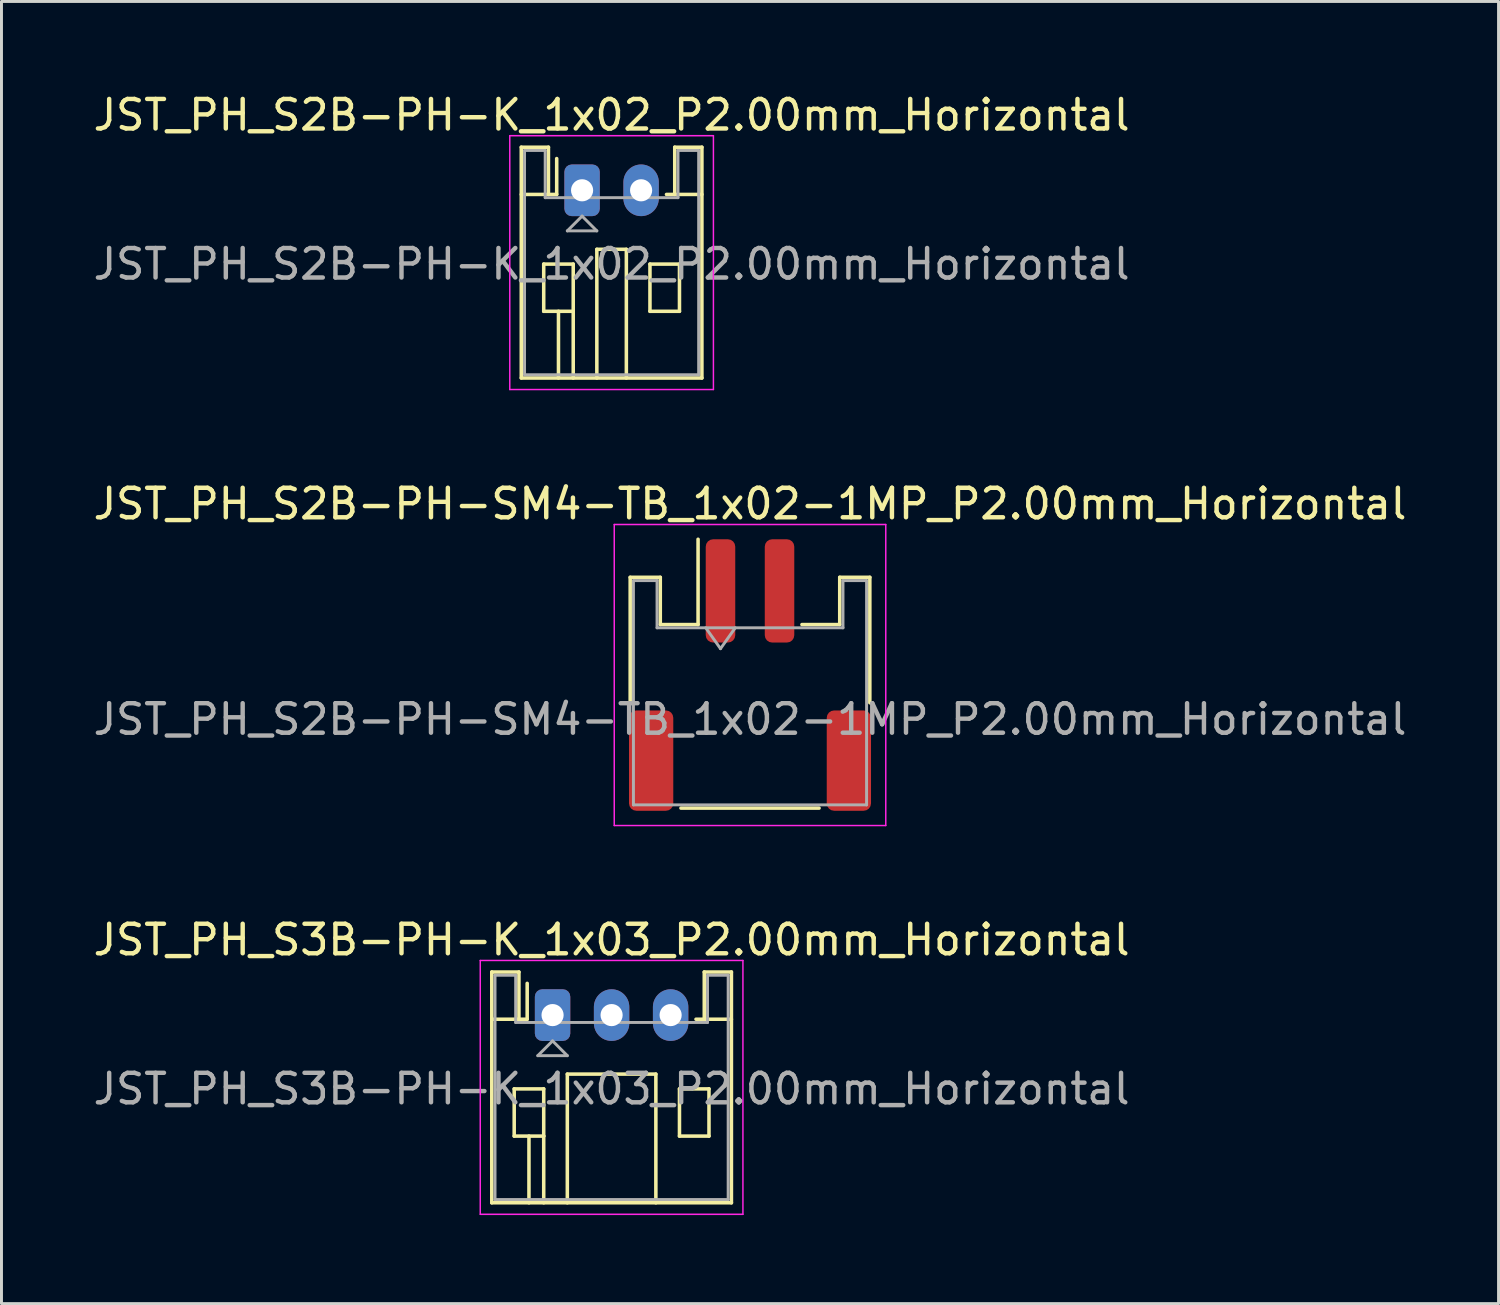
<source format=kicad_pcb>
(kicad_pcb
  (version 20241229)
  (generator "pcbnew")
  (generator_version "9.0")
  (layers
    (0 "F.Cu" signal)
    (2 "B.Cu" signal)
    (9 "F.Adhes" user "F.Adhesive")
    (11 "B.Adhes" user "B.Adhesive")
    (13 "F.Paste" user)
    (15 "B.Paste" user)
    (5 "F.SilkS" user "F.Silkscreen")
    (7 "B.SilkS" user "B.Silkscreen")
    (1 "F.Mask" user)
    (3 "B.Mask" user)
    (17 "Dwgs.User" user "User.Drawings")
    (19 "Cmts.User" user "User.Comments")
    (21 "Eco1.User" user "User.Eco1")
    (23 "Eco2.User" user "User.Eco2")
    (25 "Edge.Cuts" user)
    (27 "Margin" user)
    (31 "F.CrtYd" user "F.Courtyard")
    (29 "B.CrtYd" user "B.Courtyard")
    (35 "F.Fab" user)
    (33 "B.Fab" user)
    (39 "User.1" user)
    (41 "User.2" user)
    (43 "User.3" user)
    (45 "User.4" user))
  (footprint "JST_PH_S2B-PH-K_1x02_P2.00mm_Horizontal"
    (layer "F.Cu")
    (at 16.673 3.398)
    (property "Reference" "JST_PH_S2B-PH-K_1x02_P2.00mm_Horizontal" (at 1 -2.55 0) (layer "F.SilkS") (effects (font (size 1 1) (thickness 0.15))))
    (attr through_hole)
    (fp_line (start -2.06 -1.46) (end -2.06 6.36) (stroke (width 0.12) (type solid)) (layer "F.SilkS"))
    (fp_line (start -2.06 0.14) (end -1.14 0.14) (stroke (width 0.12) (type solid)) (layer "F.SilkS"))
    (fp_line (start -2.06 6.36) (end 4.06 6.36) (stroke (width 0.12) (type solid)) (layer "F.SilkS"))
    (fp_line (start -1.3 2.5) (end -1.3 4.1) (stroke (width 0.12) (type solid)) (layer "F.SilkS"))
    (fp_line (start -1.3 4.1) (end -0.3 4.1) (stroke (width 0.12) (type solid)) (layer "F.SilkS"))
    (fp_line (start -1.14 -1.46) (end -2.06 -1.46) (stroke (width 0.12) (type solid)) (layer "F.SilkS"))
    (fp_line (start -1.14 0.14) (end -1.14 -1.46) (stroke (width 0.12) (type solid)) (layer "F.SilkS"))
    (fp_line (start -0.86 0.14) (end -1.14 0.14) (stroke (width 0.12) (type solid)) (layer "F.SilkS"))
    (fp_line (start -0.86 0.14) (end -0.86 -1.075) (stroke (width 0.12) (type solid)) (layer "F.SilkS"))
    (fp_line (start -0.8 4.1) (end -0.8 6.36) (stroke (width 0.12) (type solid)) (layer "F.SilkS"))
    (fp_line (start -0.3 2.5) (end -1.3 2.5) (stroke (width 0.12) (type solid)) (layer "F.SilkS"))
    (fp_line (start -0.3 4.1) (end -0.3 2.5) (stroke (width 0.12) (type solid)) (layer "F.SilkS"))
    (fp_line (start -0.3 4.1) (end -0.3 6.36) (stroke (width 0.12) (type solid)) (layer "F.SilkS"))
    (fp_line (start 0.5 2) (end 1.5 2) (stroke (width 0.12) (type solid)) (layer "F.SilkS"))
    (fp_line (start 0.5 6.36) (end 0.5 2) (stroke (width 0.12) (type solid)) (layer "F.SilkS"))
    (fp_line (start 1.5 2) (end 1.5 6.36) (stroke (width 0.12) (type solid)) (layer "F.SilkS"))
    (fp_line (start 2.3 2.5) (end 3.3 2.5) (stroke (width 0.12) (type solid)) (layer "F.SilkS"))
    (fp_line (start 2.3 4.1) (end 2.3 2.5) (stroke (width 0.12) (type solid)) (layer "F.SilkS"))
    (fp_line (start 3.14 -1.46) (end 3.14 0.14) (stroke (width 0.12) (type solid)) (layer "F.SilkS"))
    (fp_line (start 3.14 0.14) (end 2.86 0.14) (stroke (width 0.12) (type solid)) (layer "F.SilkS"))
    (fp_line (start 3.3 2.5) (end 3.3 4.1) (stroke (width 0.12) (type solid)) (layer "F.SilkS"))
    (fp_line (start 3.3 4.1) (end 2.3 4.1) (stroke (width 0.12) (type solid)) (layer "F.SilkS"))
    (fp_line (start 4.06 -1.46) (end 3.14 -1.46) (stroke (width 0.12) (type solid)) (layer "F.SilkS"))
    (fp_line (start 4.06 0.14) (end 3.14 0.14) (stroke (width 0.12) (type solid)) (layer "F.SilkS"))
    (fp_line (start 4.06 6.36) (end 4.06 -1.46) (stroke (width 0.12) (type solid)) (layer "F.SilkS"))
    (fp_line (start -2.45 -1.85) (end -2.45 6.75) (stroke (width 0.05) (type solid)) (layer "F.CrtYd"))
    (fp_line (start -2.45 6.75) (end 4.45 6.75) (stroke (width 0.05) (type solid)) (layer "F.CrtYd"))
    (fp_line (start 4.45 -1.85) (end -2.45 -1.85) (stroke (width 0.05) (type solid)) (layer "F.CrtYd"))
    (fp_line (start 4.45 6.75) (end 4.45 -1.85) (stroke (width 0.05) (type solid)) (layer "F.CrtYd"))
    (fp_line (start -1.95 -1.35) (end -1.95 6.25) (stroke (width 0.1) (type solid)) (layer "F.Fab"))
    (fp_line (start -1.95 6.25) (end 3.95 6.25) (stroke (width 0.1) (type solid)) (layer "F.Fab"))
    (fp_line (start -1.25 -1.35) (end -1.95 -1.35) (stroke (width 0.1) (type solid)) (layer "F.Fab"))
    (fp_line (start -1.25 0.25) (end -1.25 -1.35) (stroke (width 0.1) (type solid)) (layer "F.Fab"))
    (fp_line (start -0.5 1.375) (end 0.5 1.375) (stroke (width 0.1) (type solid)) (layer "F.Fab"))
    (fp_line (start 0 0.875) (end -0.5 1.375) (stroke (width 0.1) (type solid)) (layer "F.Fab"))
    (fp_line (start 0.5 1.375) (end 0 0.875) (stroke (width 0.1) (type solid)) (layer "F.Fab"))
    (fp_line (start 3.25 -1.35) (end 3.25 0.25) (stroke (width 0.1) (type solid)) (layer "F.Fab"))
    (fp_line (start 3.25 0.25) (end -1.25 0.25) (stroke (width 0.1) (type solid)) (layer "F.Fab"))
    (fp_line (start 3.95 -1.35) (end 3.25 -1.35) (stroke (width 0.1) (type solid)) (layer "F.Fab"))
    (fp_line (start 3.95 6.25) (end 3.95 -1.35) (stroke (width 0.1) (type solid)) (layer "F.Fab"))
    (fp_text user "${REFERENCE}" (at 1 2.5 0) (layer "F.Fab") (effects (font (size 1 1) (thickness 0.15))))
    (pad "1" thru_hole roundrect (at 0 0) (size 1.2 1.75) (drill 0.75) (layers "*.Cu" "*.Mask") (roundrect_rratio 0.208))
    (pad "2" thru_hole oval (at 2 0) (size 1.2 1.75) (drill 0.75) (layers "*.Cu" "*.Mask")))
  (footprint "JST_PH_S2B-PH-SM4-TB_1x02-1MP_P2.00mm_Horizontal"
    (layer "F.Cu")
    (at 22.363 19.822)
    (property "Reference" "JST_PH_S2B-PH-SM4-TB_1x02-1MP_P2.00mm_Horizontal" (at 0 -5.8 0) (layer "F.SilkS") (effects (font (size 1 1) (thickness 0.15))))
    (attr smd)
    (fp_line (start -4.06 -3.31) (end -3.04 -3.31) (stroke (width 0.12) (type solid)) (layer "F.SilkS"))
    (fp_line (start -4.06 0.94) (end -4.06 -3.31) (stroke (width 0.12) (type solid)) (layer "F.SilkS"))
    (fp_line (start -3.04 -3.31) (end -3.04 -1.71) (stroke (width 0.12) (type solid)) (layer "F.SilkS"))
    (fp_line (start -3.04 -1.71) (end -1.76 -1.71) (stroke (width 0.12) (type solid)) (layer "F.SilkS"))
    (fp_line (start -2.34 4.51) (end 2.34 4.51) (stroke (width 0.12) (type solid)) (layer "F.SilkS"))
    (fp_line (start -1.76 -1.71) (end -1.76 -4.6) (stroke (width 0.12) (type solid)) (layer "F.SilkS"))
    (fp_line (start 3.04 -3.31) (end 3.04 -1.71) (stroke (width 0.12) (type solid)) (layer "F.SilkS"))
    (fp_line (start 3.04 -1.71) (end 1.76 -1.71) (stroke (width 0.12) (type solid)) (layer "F.SilkS"))
    (fp_line (start 4.06 -3.31) (end 3.04 -3.31) (stroke (width 0.12) (type solid)) (layer "F.SilkS"))
    (fp_line (start 4.06 0.94) (end 4.06 -3.31) (stroke (width 0.12) (type solid)) (layer "F.SilkS"))
    (fp_line (start -4.6 -5.1) (end -4.6 5.1) (stroke (width 0.05) (type solid)) (layer "F.CrtYd"))
    (fp_line (start -4.6 5.1) (end 4.6 5.1) (stroke (width 0.05) (type solid)) (layer "F.CrtYd"))
    (fp_line (start 4.6 -5.1) (end -4.6 -5.1) (stroke (width 0.05) (type solid)) (layer "F.CrtYd"))
    (fp_line (start 4.6 5.1) (end 4.6 -5.1) (stroke (width 0.05) (type solid)) (layer "F.CrtYd"))
    (fp_line (start -3.95 -3.2) (end -3.95 4.4) (stroke (width 0.1) (type solid)) (layer "F.Fab"))
    (fp_line (start -3.95 -3.2) (end -3.15 -3.2) (stroke (width 0.1) (type solid)) (layer "F.Fab"))
    (fp_line (start -3.95 4.4) (end 3.95 4.4) (stroke (width 0.1) (type solid)) (layer "F.Fab"))
    (fp_line (start -3.15 -3.2) (end -3.15 -1.6) (stroke (width 0.1) (type solid)) (layer "F.Fab"))
    (fp_line (start -3.15 -1.6) (end 3.15 -1.6) (stroke (width 0.1) (type solid)) (layer "F.Fab"))
    (fp_line (start -1.5 -1.6) (end -1 -0.893) (stroke (width 0.1) (type solid)) (layer "F.Fab"))
    (fp_line (start -1 -0.893) (end -0.5 -1.6) (stroke (width 0.1) (type solid)) (layer "F.Fab"))
    (fp_line (start 3.15 -3.2) (end 3.95 -3.2) (stroke (width 0.1) (type solid)) (layer "F.Fab"))
    (fp_line (start 3.15 -1.6) (end 3.15 -3.2) (stroke (width 0.1) (type solid)) (layer "F.Fab"))
    (fp_line (start 3.95 -3.2) (end 3.95 4.4) (stroke (width 0.1) (type solid)) (layer "F.Fab"))
    (fp_text user "${REFERENCE}" (at 0 1.5 0) (layer "F.Fab") (effects (font (size 1 1) (thickness 0.15))))
    (pad "1" smd roundrect (at -1 -2.85) (size 1 3.5) (layers "F.Cu" "F.Mask" "F.Paste") (roundrect_rratio 0.25))
    (pad "2" smd roundrect (at 1 -2.85) (size 1 3.5) (layers "F.Cu" "F.Mask" "F.Paste") (roundrect_rratio 0.25))
    (pad "MP" smd roundrect (at -3.35 2.9) (size 1.5 3.4) (layers "F.Cu" "F.Mask" "F.Paste") (roundrect_rratio 0.167))
    (pad "MP" smd roundrect (at 3.35 2.9) (size 1.5 3.4) (layers "F.Cu" "F.Mask" "F.Paste") (roundrect_rratio 0.167)))
  (footprint "JST_PH_S3B-PH-K_1x03_P2.00mm_Horizontal"
    (layer "F.Cu")
    (at 15.673 31.345)
    (property "Reference" "JST_PH_S3B-PH-K_1x03_P2.00mm_Horizontal" (at 2 -2.55 0) (layer "F.SilkS") (effects (font (size 1 1) (thickness 0.15))))
    (attr through_hole)
    (fp_line (start -2.06 -1.46) (end -2.06 6.36) (stroke (width 0.12) (type solid)) (layer "F.SilkS"))
    (fp_line (start -2.06 0.14) (end -1.14 0.14) (stroke (width 0.12) (type solid)) (layer "F.SilkS"))
    (fp_line (start -2.06 6.36) (end 6.06 6.36) (stroke (width 0.12) (type solid)) (layer "F.SilkS"))
    (fp_line (start -1.3 2.5) (end -1.3 4.1) (stroke (width 0.12) (type solid)) (layer "F.SilkS"))
    (fp_line (start -1.3 4.1) (end -0.3 4.1) (stroke (width 0.12) (type solid)) (layer "F.SilkS"))
    (fp_line (start -1.14 -1.46) (end -2.06 -1.46) (stroke (width 0.12) (type solid)) (layer "F.SilkS"))
    (fp_line (start -1.14 0.14) (end -1.14 -1.46) (stroke (width 0.12) (type solid)) (layer "F.SilkS"))
    (fp_line (start -0.86 0.14) (end -1.14 0.14) (stroke (width 0.12) (type solid)) (layer "F.SilkS"))
    (fp_line (start -0.86 0.14) (end -0.86 -1.075) (stroke (width 0.12) (type solid)) (layer "F.SilkS"))
    (fp_line (start -0.8 4.1) (end -0.8 6.36) (stroke (width 0.12) (type solid)) (layer "F.SilkS"))
    (fp_line (start -0.3 2.5) (end -1.3 2.5) (stroke (width 0.12) (type solid)) (layer "F.SilkS"))
    (fp_line (start -0.3 4.1) (end -0.3 2.5) (stroke (width 0.12) (type solid)) (layer "F.SilkS"))
    (fp_line (start -0.3 4.1) (end -0.3 6.36) (stroke (width 0.12) (type solid)) (layer "F.SilkS"))
    (fp_line (start 0.5 2) (end 3.5 2) (stroke (width 0.12) (type solid)) (layer "F.SilkS"))
    (fp_line (start 0.5 6.36) (end 0.5 2) (stroke (width 0.12) (type solid)) (layer "F.SilkS"))
    (fp_line (start 3.5 2) (end 3.5 6.36) (stroke (width 0.12) (type solid)) (layer "F.SilkS"))
    (fp_line (start 4.3 2.5) (end 5.3 2.5) (stroke (width 0.12) (type solid)) (layer "F.SilkS"))
    (fp_line (start 4.3 4.1) (end 4.3 2.5) (stroke (width 0.12) (type solid)) (layer "F.SilkS"))
    (fp_line (start 5.14 -1.46) (end 5.14 0.14) (stroke (width 0.12) (type solid)) (layer "F.SilkS"))
    (fp_line (start 5.14 0.14) (end 4.86 0.14) (stroke (width 0.12) (type solid)) (layer "F.SilkS"))
    (fp_line (start 5.3 2.5) (end 5.3 4.1) (stroke (width 0.12) (type solid)) (layer "F.SilkS"))
    (fp_line (start 5.3 4.1) (end 4.3 4.1) (stroke (width 0.12) (type solid)) (layer "F.SilkS"))
    (fp_line (start 6.06 -1.46) (end 5.14 -1.46) (stroke (width 0.12) (type solid)) (layer "F.SilkS"))
    (fp_line (start 6.06 0.14) (end 5.14 0.14) (stroke (width 0.12) (type solid)) (layer "F.SilkS"))
    (fp_line (start 6.06 6.36) (end 6.06 -1.46) (stroke (width 0.12) (type solid)) (layer "F.SilkS"))
    (fp_line (start -2.45 -1.85) (end -2.45 6.75) (stroke (width 0.05) (type solid)) (layer "F.CrtYd"))
    (fp_line (start -2.45 6.75) (end 6.45 6.75) (stroke (width 0.05) (type solid)) (layer "F.CrtYd"))
    (fp_line (start 6.45 -1.85) (end -2.45 -1.85) (stroke (width 0.05) (type solid)) (layer "F.CrtYd"))
    (fp_line (start 6.45 6.75) (end 6.45 -1.85) (stroke (width 0.05) (type solid)) (layer "F.CrtYd"))
    (fp_line (start -1.95 -1.35) (end -1.95 6.25) (stroke (width 0.1) (type solid)) (layer "F.Fab"))
    (fp_line (start -1.95 6.25) (end 5.95 6.25) (stroke (width 0.1) (type solid)) (layer "F.Fab"))
    (fp_line (start -1.25 -1.35) (end -1.95 -1.35) (stroke (width 0.1) (type solid)) (layer "F.Fab"))
    (fp_line (start -1.25 0.25) (end -1.25 -1.35) (stroke (width 0.1) (type solid)) (layer "F.Fab"))
    (fp_line (start -0.5 1.375) (end 0.5 1.375) (stroke (width 0.1) (type solid)) (layer "F.Fab"))
    (fp_line (start 0 0.875) (end -0.5 1.375) (stroke (width 0.1) (type solid)) (layer "F.Fab"))
    (fp_line (start 0.5 1.375) (end 0 0.875) (stroke (width 0.1) (type solid)) (layer "F.Fab"))
    (fp_line (start 5.25 -1.35) (end 5.25 0.25) (stroke (width 0.1) (type solid)) (layer "F.Fab"))
    (fp_line (start 5.25 0.25) (end -1.25 0.25) (stroke (width 0.1) (type solid)) (layer "F.Fab"))
    (fp_line (start 5.95 -1.35) (end 5.25 -1.35) (stroke (width 0.1) (type solid)) (layer "F.Fab"))
    (fp_line (start 5.95 6.25) (end 5.95 -1.35) (stroke (width 0.1) (type solid)) (layer "F.Fab"))
    (fp_text user "${REFERENCE}" (at 2 2.5 0) (layer "F.Fab") (effects (font (size 1 1) (thickness 0.15))))
    (pad "1" thru_hole roundrect (at 0 0) (size 1.2 1.75) (drill 0.75) (layers "*.Cu" "*.Mask") (roundrect_rratio 0.208))
    (pad "2" thru_hole oval (at 2 0) (size 1.2 1.75) (drill 0.75) (layers "*.Cu" "*.Mask"))
    (pad "3" thru_hole oval (at 4 0) (size 1.2 1.75) (drill 0.75) (layers "*.Cu" "*.Mask")))
  (gr_rect
    (start -3 -3)
    (end 47.726 41.12)
    (stroke (width 0.1) (type default))
    (fill no)
    (layer "Edge.Cuts")))
</source>
